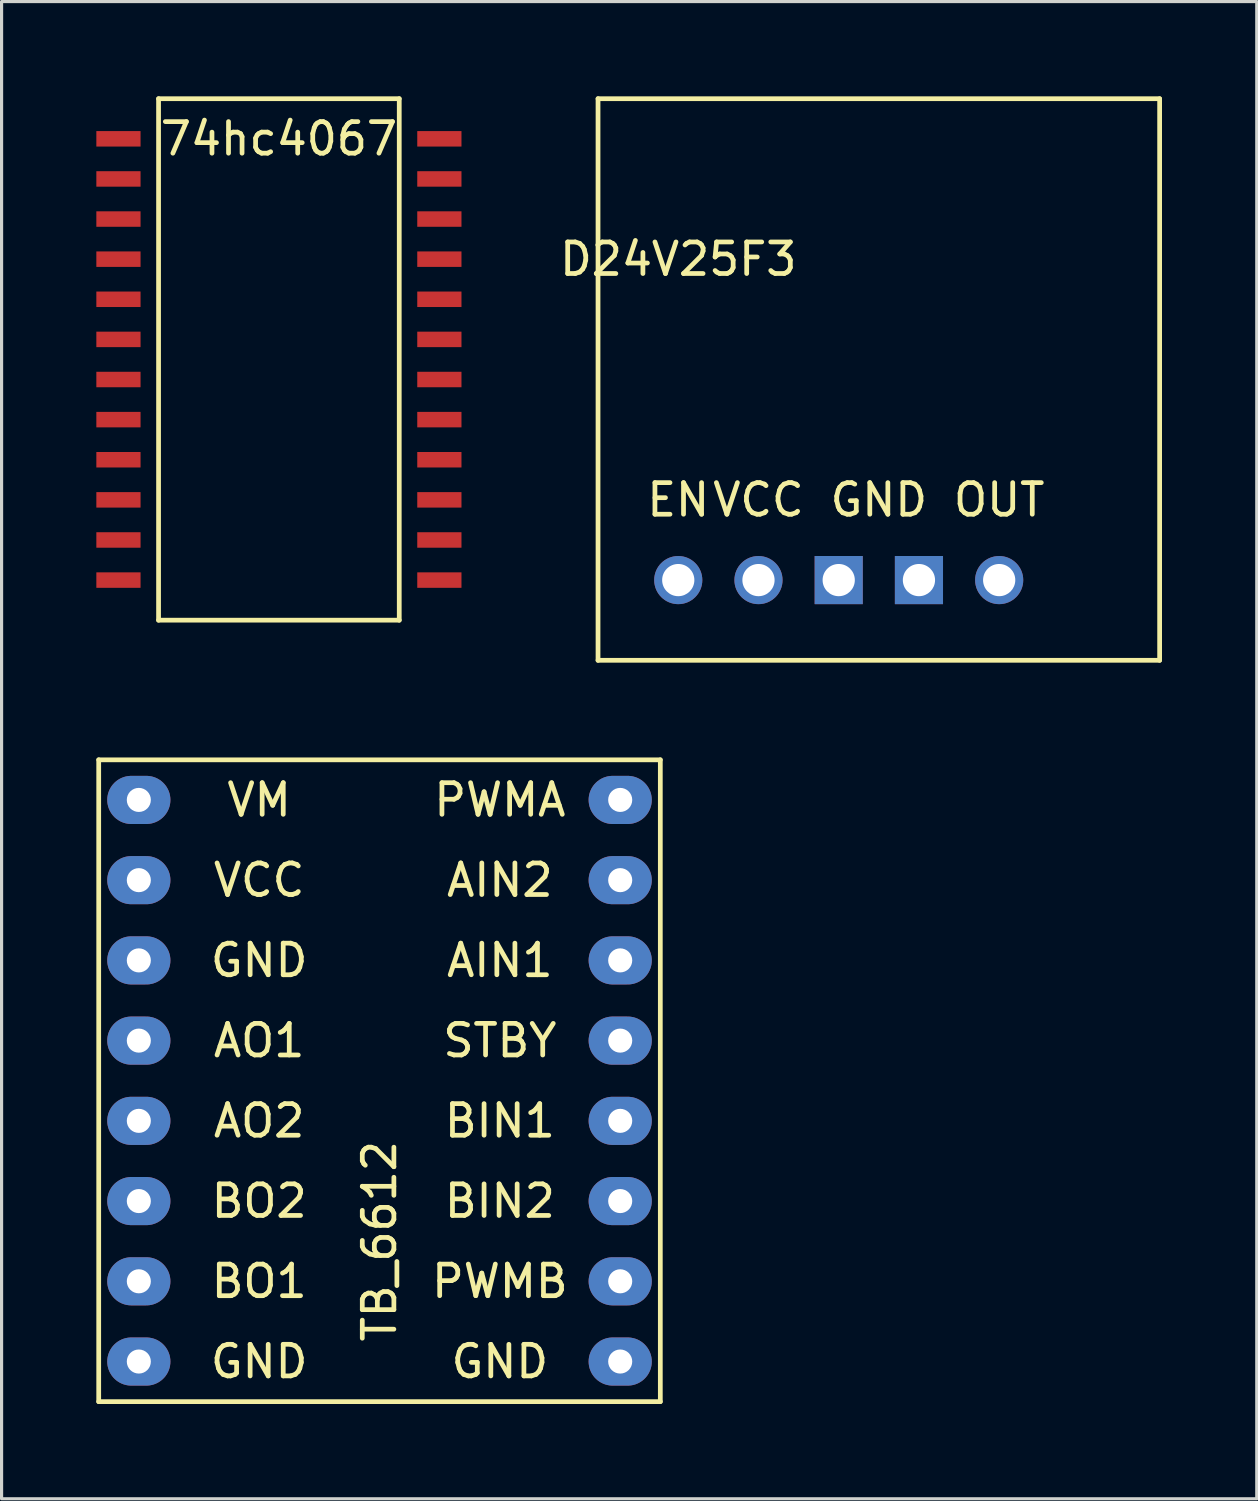
<source format=kicad_pcb>
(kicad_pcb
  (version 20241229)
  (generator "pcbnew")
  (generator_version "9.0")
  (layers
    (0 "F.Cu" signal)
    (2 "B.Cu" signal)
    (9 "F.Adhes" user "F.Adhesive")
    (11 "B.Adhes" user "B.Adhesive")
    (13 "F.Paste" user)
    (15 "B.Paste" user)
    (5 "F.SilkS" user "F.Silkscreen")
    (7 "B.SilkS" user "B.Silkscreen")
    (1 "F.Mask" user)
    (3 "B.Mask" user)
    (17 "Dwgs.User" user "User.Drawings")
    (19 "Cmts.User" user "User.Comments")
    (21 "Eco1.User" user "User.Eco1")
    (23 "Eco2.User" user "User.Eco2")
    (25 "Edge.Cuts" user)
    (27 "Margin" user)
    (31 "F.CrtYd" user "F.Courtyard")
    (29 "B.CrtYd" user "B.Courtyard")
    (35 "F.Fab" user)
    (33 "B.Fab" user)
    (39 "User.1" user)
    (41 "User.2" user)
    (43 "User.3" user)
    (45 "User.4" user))
  (footprint "D24V25F3"
    (layer "F.Cu")
    (at 22.233 12.775)
    (property "Reference" "D24V25F3" (at -3.81 -7.62 0) (layer "F.SilkS") (effects (font (size 1 1) (thickness 0.15))))
    (attr through_hole)
    (fp_line (start -6.35 -12.7) (end -6.35 5.08) (stroke (width 0.15) (type solid)) (layer "F.SilkS"))
    (fp_line (start -6.35 5.08) (end 11.43 5.08) (stroke (width 0.15) (type solid)) (layer "F.SilkS"))
    (fp_line (start 11.43 -12.7) (end -6.35 -12.7) (stroke (width 0.15) (type solid)) (layer "F.SilkS"))
    (fp_line (start 11.43 5.08) (end 11.43 -12.7) (stroke (width 0.15) (type solid)) (layer "F.SilkS"))
    (fp_text user "OUT" (at 6.35 0 0) (layer "F.SilkS") (effects (font (size 1 1) (thickness 0.15))))
    (fp_text user "GND" (at 2.54 0 0) (layer "F.SilkS") (effects (font (size 1 1) (thickness 0.15))))
    (fp_text user "EN" (at -3.81 0 0) (layer "F.SilkS") (effects (font (size 1 1) (thickness 0.15))))
    (fp_text user "VCC" (at -1.27 0 0) (layer "F.SilkS") (effects (font (size 1 1) (thickness 0.15))))
    (pad "1" thru_hole circle (at -3.81 2.54) (size 1.524 1.524) (drill 1.02) (layers "*.Cu" "*.Mask"))
    (pad "2" thru_hole circle (at -1.27 2.54) (size 1.524 1.524) (drill 1.02) (layers "*.Cu" "*.Mask"))
    (pad "3" thru_hole rect (at 1.27 2.54) (size 1.524 1.524) (drill 1.02) (layers "*.Cu" "*.Mask"))
    (pad "4" thru_hole rect (at 3.81 2.54) (size 1.524 1.524) (drill 1.02) (layers "*.Cu" "*.Mask"))
    (pad "5" thru_hole circle (at 6.35 2.54) (size 1.524 1.524) (drill 1.02) (layers "*.Cu" "*.Mask")))
  (footprint "74hc4067"
    (layer "F.Cu")
    (at 5.78 7.695)
    (property "Reference" "74hc4067" (at 0 -6.35 0) (layer "F.SilkS") (effects (font (size 1 1) (thickness 0.15))))
    (attr through_hole)
    (fp_line (start -3.81 -7.62) (end -3.81 8.89) (stroke (width 0.15) (type solid)) (layer "F.SilkS"))
    (fp_line (start -3.81 8.89) (end 3.81 8.89) (stroke (width 0.15) (type solid)) (layer "F.SilkS"))
    (fp_line (start 3.81 -7.62) (end -3.81 -7.62) (stroke (width 0.15) (type solid)) (layer "F.SilkS"))
    (fp_line (start 3.81 8.89) (end 3.81 -7.62) (stroke (width 0.15) (type solid)) (layer "F.SilkS"))
    (pad "1" smd rect (at -5.08 -6.35 90) (size 0.49 1.4) (layers "F.Cu" "F.Mask" "F.Paste"))
    (pad "2" smd rect (at -5.08 -5.08 90) (size 0.49 1.4) (layers "F.Cu" "F.Mask" "F.Paste"))
    (pad "3" smd rect (at -5.08 -3.81 90) (size 0.49 1.4) (layers "F.Cu" "F.Mask" "F.Paste"))
    (pad "4" smd rect (at -5.08 -2.54 90) (size 0.49 1.4) (layers "F.Cu" "F.Mask" "F.Paste"))
    (pad "5" smd rect (at -5.08 -1.27 90) (size 0.49 1.4) (layers "F.Cu" "F.Mask" "F.Paste"))
    (pad "6" smd rect (at -5.08 0 90) (size 0.49 1.4) (layers "F.Cu" "F.Mask" "F.Paste"))
    (pad "7" smd rect (at -5.08 1.27 90) (size 0.49 1.4) (layers "F.Cu" "F.Mask" "F.Paste"))
    (pad "8" smd rect (at -5.08 2.54 90) (size 0.49 1.4) (layers "F.Cu" "F.Mask" "F.Paste"))
    (pad "9" smd rect (at -5.08 3.81 90) (size 0.49 1.4) (layers "F.Cu" "F.Mask" "F.Paste"))
    (pad "10" smd rect (at -5.08 5.08 90) (size 0.49 1.4) (layers "F.Cu" "F.Mask" "F.Paste"))
    (pad "11" smd rect (at -5.08 6.35 90) (size 0.49 1.4) (layers "F.Cu" "F.Mask" "F.Paste"))
    (pad "12" smd rect (at -5.08 7.62 90) (size 0.49 1.4) (layers "F.Cu" "F.Mask" "F.Paste"))
    (pad "13" smd rect (at 5.08 7.62 90) (size 0.49 1.4) (layers "F.Cu" "F.Mask" "F.Paste"))
    (pad "14" smd rect (at 5.08 6.35 90) (size 0.49 1.4) (layers "F.Cu" "F.Mask" "F.Paste"))
    (pad "15" smd rect (at 5.08 5.08 90) (size 0.49 1.4) (layers "F.Cu" "F.Mask" "F.Paste"))
    (pad "16" smd rect (at 5.08 3.81 90) (size 0.49 1.4) (layers "F.Cu" "F.Mask" "F.Paste"))
    (pad "17" smd rect (at 5.08 2.54 90) (size 0.49 1.4) (layers "F.Cu" "F.Mask" "F.Paste"))
    (pad "18" smd rect (at 5.08 1.27 90) (size 0.49 1.4) (layers "F.Cu" "F.Mask" "F.Paste"))
    (pad "19" smd rect (at 5.08 0 90) (size 0.49 1.4) (layers "F.Cu" "F.Mask" "F.Paste"))
    (pad "20" smd rect (at 5.08 -1.27 90) (size 0.49 1.4) (layers "F.Cu" "F.Mask" "F.Paste"))
    (pad "21" smd rect (at 5.08 -2.54 90) (size 0.49 1.4) (layers "F.Cu" "F.Mask" "F.Paste"))
    (pad "22" smd rect (at 5.08 -3.81 90) (size 0.49 1.4) (layers "F.Cu" "F.Mask" "F.Paste"))
    (pad "23" smd rect (at 5.08 -5.08 90) (size 0.49 1.4) (layers "F.Cu" "F.Mask" "F.Paste"))
    (pad "24" smd rect (at 5.08 -6.35 90) (size 0.49 1.4) (layers "F.Cu" "F.Mask" "F.Paste")))
  (footprint "TB_6612"
    (layer "F.Cu")
    (at 8.965 32.435)
    (property "Reference" "TB_6612" (at 0 3.81 90) (layer "F.SilkS") (effects (font (size 1 1) (thickness 0.15))))
    (attr through_hole)
    (fp_line (start -8.89 -11.43) (end -8.89 8.89) (stroke (width 0.15) (type solid)) (layer "F.SilkS"))
    (fp_line (start -8.89 8.89) (end 8.89 8.89) (stroke (width 0.15) (type solid)) (layer "F.SilkS"))
    (fp_line (start 8.89 -11.43) (end -8.89 -11.43) (stroke (width 0.15) (type solid)) (layer "F.SilkS"))
    (fp_line (start 8.89 8.89) (end 8.89 -11.43) (stroke (width 0.15) (type solid)) (layer "F.SilkS"))
    (fp_text user "PWMA" (at 3.81 -10.16 0) (layer "F.SilkS") (effects (font (size 1 1) (thickness 0.15))))
    (fp_text user "BO1" (at -3.81 5.08 0) (layer "F.SilkS") (effects (font (size 1 1) (thickness 0.15))))
    (fp_text user "GND" (at 3.81 7.62 0) (layer "F.SilkS") (effects (font (size 1 1) (thickness 0.15))))
    (fp_text user "VM" (at -3.81 -10.16 0) (layer "F.SilkS") (effects (font (size 1 1) (thickness 0.15))))
    (fp_text user "BIN1" (at 3.81 0 0) (layer "F.SilkS") (effects (font (size 1 1) (thickness 0.15))))
    (fp_text user "AIN2" (at 3.81 -7.62 0) (layer "F.SilkS") (effects (font (size 1 1) (thickness 0.15))))
    (fp_text user "BO2" (at -3.81 2.54 0) (layer "F.SilkS") (effects (font (size 1 1) (thickness 0.15))))
    (fp_text user "AO1" (at -3.81 -2.54 0) (layer "F.SilkS") (effects (font (size 1 1) (thickness 0.15))))
    (fp_text user "STBY" (at 3.81 -2.54 0) (layer "F.SilkS") (effects (font (size 1 1) (thickness 0.15))))
    (fp_text user "GND" (at -3.81 -5.08 0) (layer "F.SilkS") (effects (font (size 1 1) (thickness 0.15))))
    (fp_text user "VCC" (at -3.81 -7.62 0) (layer "F.SilkS") (effects (font (size 1 1) (thickness 0.15))))
    (fp_text user "AIN1" (at 3.81 -5.08 0) (layer "F.SilkS") (effects (font (size 1 1) (thickness 0.15))))
    (fp_text user "BIN2" (at 3.81 2.54 0) (layer "F.SilkS") (effects (font (size 1 1) (thickness 0.15))))
    (fp_text user "PWMB" (at 3.81 5.08 0) (layer "F.SilkS") (effects (font (size 1 1) (thickness 0.15))))
    (fp_text user "GND" (at -3.81 7.62 0) (layer "F.SilkS") (effects (font (size 1 1) (thickness 0.15))))
    (fp_text user "AO2" (at -3.81 0 0) (layer "F.SilkS") (effects (font (size 1 1) (thickness 0.15))))
    (pad "1" thru_hole oval (at -7.62 -10.16) (size 2 1.524) (drill 0.762) (layers "*.Cu" "*.Mask"))
    (pad "2" thru_hole oval (at -7.62 -7.62) (size 2 1.524) (drill 0.762) (layers "*.Cu" "*.Mask"))
    (pad "3" thru_hole oval (at -7.62 -5.08) (size 2 1.524) (drill 0.762) (layers "*.Cu" "*.Mask"))
    (pad "4" thru_hole oval (at -7.62 -2.54) (size 2 1.524) (drill 0.762) (layers "*.Cu" "*.Mask"))
    (pad "5" thru_hole oval (at -7.62 0) (size 2 1.524) (drill 0.762) (layers "*.Cu" "*.Mask"))
    (pad "6" thru_hole oval (at -7.62 2.54) (size 2 1.524) (drill 0.762) (layers "*.Cu" "*.Mask"))
    (pad "7" thru_hole oval (at -7.62 5.08) (size 2 1.524) (drill 0.762) (layers "*.Cu" "*.Mask"))
    (pad "8" thru_hole oval (at -7.62 7.62) (size 2 1.524) (drill 0.762) (layers "*.Cu" "*.Mask"))
    (pad "9" thru_hole oval (at 7.62 7.62) (size 2 1.524) (drill 0.762) (layers "*.Cu" "*.Mask"))
    (pad "10" thru_hole oval (at 7.62 5.08) (size 2 1.524) (drill 0.762) (layers "*.Cu" "*.Mask"))
    (pad "11" thru_hole oval (at 7.62 2.54) (size 2 1.524) (drill 0.762) (layers "*.Cu" "*.Mask"))
    (pad "12" thru_hole oval (at 7.62 0) (size 2 1.524) (drill 0.762) (layers "*.Cu" "*.Mask"))
    (pad "13" thru_hole oval (at 7.62 -2.54) (size 2 1.524) (drill 0.762) (layers "*.Cu" "*.Mask"))
    (pad "14" thru_hole oval (at 7.62 -5.08) (size 2 1.524) (drill 0.762) (layers "*.Cu" "*.Mask"))
    (pad "15" thru_hole oval (at 7.62 -7.62) (size 2 1.524) (drill 0.762) (layers "*.Cu" "*.Mask"))
    (pad "16" thru_hole oval (at 7.62 -10.16) (size 2 1.524) (drill 0.762) (layers "*.Cu" "*.Mask")))
  (gr_rect
    (start -3 -3)
    (end 36.738 44.4)
    (stroke (width 0.1) (type default))
    (fill no)
    (layer "Edge.Cuts")))
</source>
